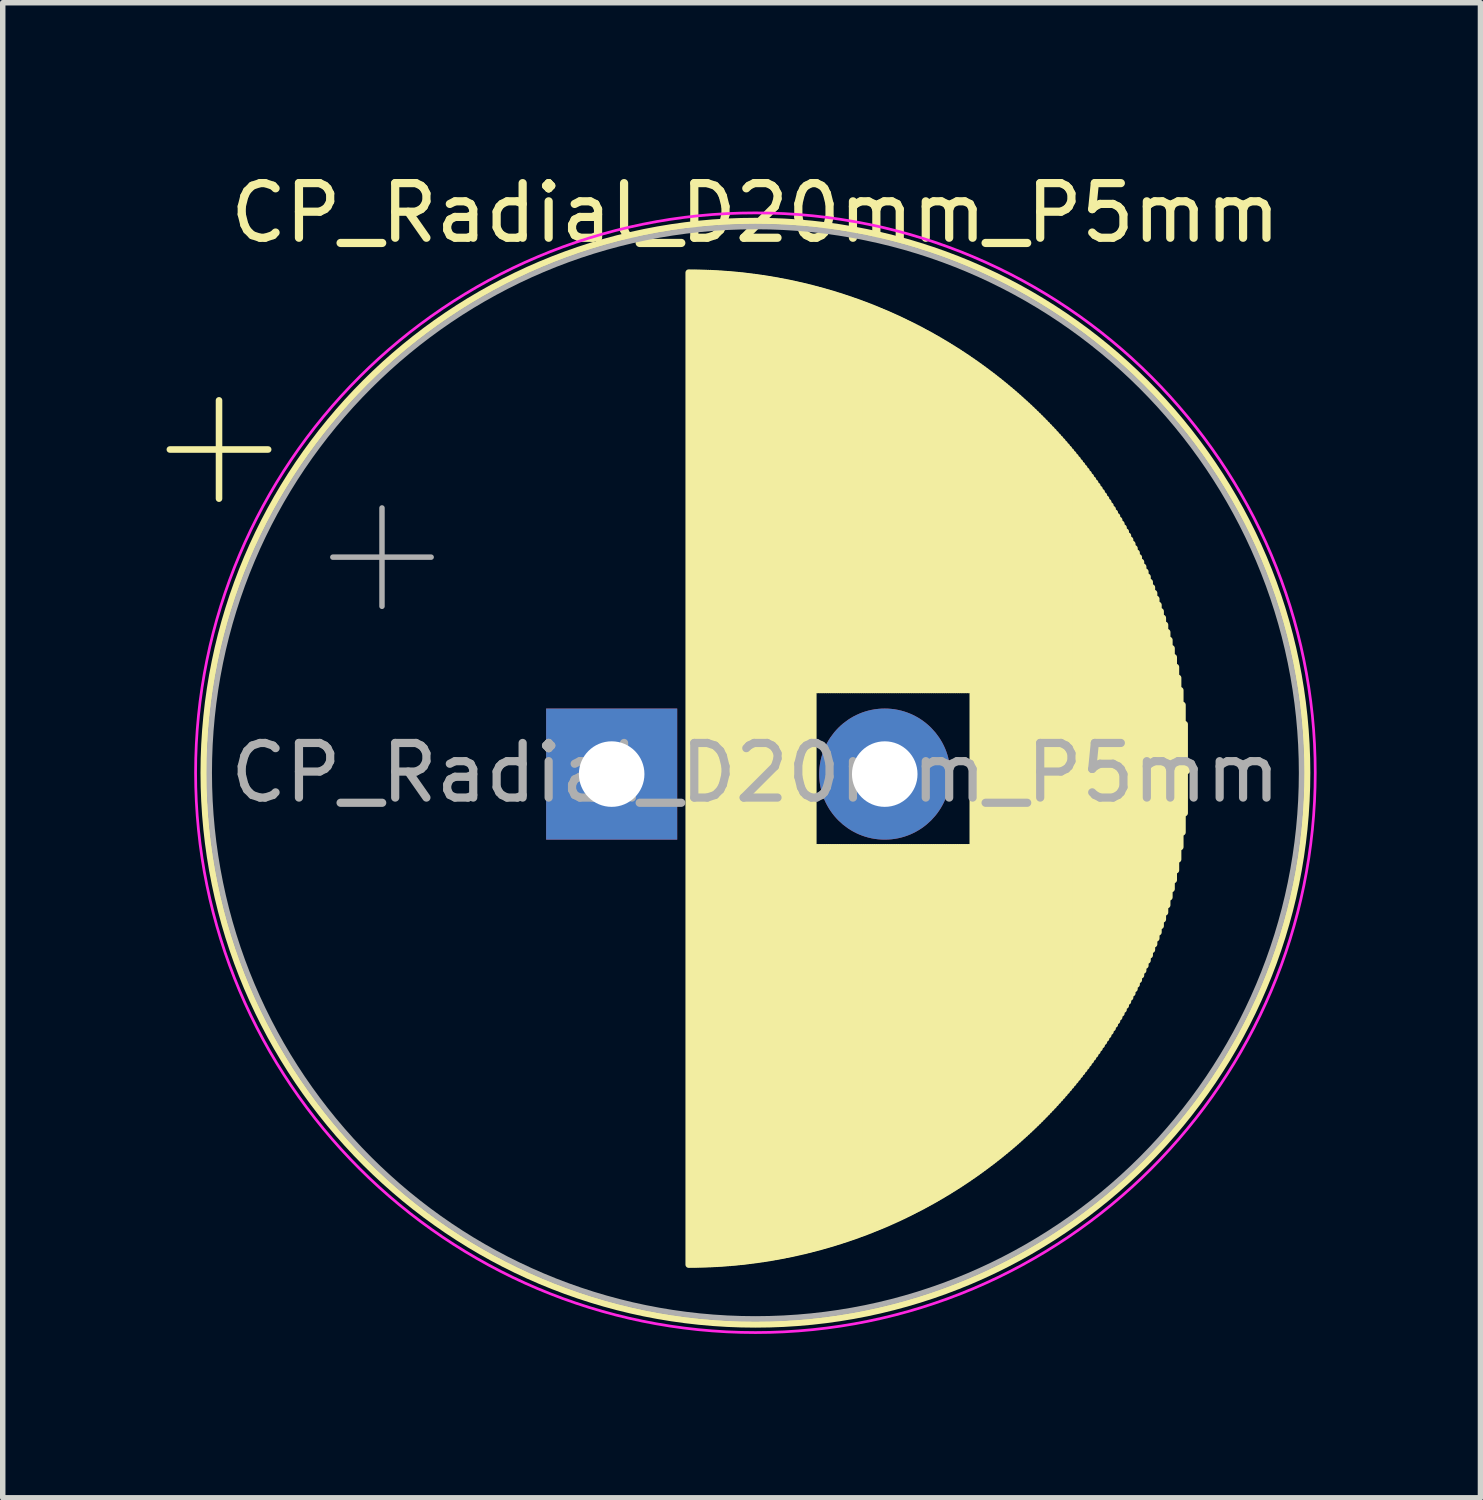
<source format=kicad_pcb>
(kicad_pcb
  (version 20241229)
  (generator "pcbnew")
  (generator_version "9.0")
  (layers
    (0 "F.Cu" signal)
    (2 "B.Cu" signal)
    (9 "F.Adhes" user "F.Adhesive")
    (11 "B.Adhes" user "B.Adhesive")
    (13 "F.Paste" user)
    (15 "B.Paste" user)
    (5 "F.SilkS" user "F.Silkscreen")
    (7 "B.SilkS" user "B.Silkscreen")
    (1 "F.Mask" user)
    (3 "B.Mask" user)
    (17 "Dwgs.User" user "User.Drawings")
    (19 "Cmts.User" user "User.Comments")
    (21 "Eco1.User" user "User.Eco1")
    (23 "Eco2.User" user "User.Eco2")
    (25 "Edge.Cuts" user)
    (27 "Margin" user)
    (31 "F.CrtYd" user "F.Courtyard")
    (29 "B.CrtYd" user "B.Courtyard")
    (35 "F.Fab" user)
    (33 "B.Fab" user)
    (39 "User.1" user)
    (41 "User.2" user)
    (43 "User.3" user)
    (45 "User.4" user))
  (footprint "CP_Radial_D20mm_P5mm"
    (layer "F.Cu")
    (at 7.031 11.098)
    (property "Reference" "CP_Radial_D20mm_P5mm" (at 3.75 -10.25 0) (layer "F.SilkS") (effects (font (size 1 1) (thickness 0.15))))
    (attr through_hole)
    (fp_line (start -6.971 -5.918) (end -5.171 -5.918) (stroke (width 0.12) (type solid)) (layer "F.SilkS"))
    (fp_line (start -6.071 -6.818) (end -6.071 -5.018) (stroke (width 0.12) (type solid)) (layer "F.SilkS"))
    (fp_line (start 2.529 -9.156) (end 2.529 9.006) (stroke (width 0.12) (type solid)) (layer "F.SilkS"))
    (fp_line (start 2.569 -9.155) (end 2.569 9.005) (stroke (width 0.12) (type solid)) (layer "F.SilkS"))
    (fp_line (start 2.609 -9.155) (end 2.609 9.005) (stroke (width 0.12) (type solid)) (layer "F.SilkS"))
    (fp_line (start 2.649 -9.155) (end 2.649 9.005) (stroke (width 0.12) (type solid)) (layer "F.SilkS"))
    (fp_line (start 2.689 -9.154) (end 2.689 9.004) (stroke (width 0.12) (type solid)) (layer "F.SilkS"))
    (fp_line (start 2.729 -9.153) (end 2.729 9.003) (stroke (width 0.12) (type solid)) (layer "F.SilkS"))
    (fp_line (start 2.769 -9.152) (end 2.769 9.002) (stroke (width 0.12) (type solid)) (layer "F.SilkS"))
    (fp_line (start 2.809 -9.151) (end 2.809 9.001) (stroke (width 0.12) (type solid)) (layer "F.SilkS"))
    (fp_line (start 2.849 -9.15) (end 2.849 9) (stroke (width 0.12) (type solid)) (layer "F.SilkS"))
    (fp_line (start 2.889 -9.148) (end 2.889 8.998) (stroke (width 0.12) (type solid)) (layer "F.SilkS"))
    (fp_line (start 2.929 -9.147) (end 2.929 8.997) (stroke (width 0.12) (type solid)) (layer "F.SilkS"))
    (fp_line (start 2.969 -9.145) (end 2.969 8.995) (stroke (width 0.12) (type solid)) (layer "F.SilkS"))
    (fp_line (start 3.009 -9.143) (end 3.009 8.993) (stroke (width 0.12) (type solid)) (layer "F.SilkS"))
    (fp_line (start 3.049 -9.141) (end 3.049 8.991) (stroke (width 0.12) (type solid)) (layer "F.SilkS"))
    (fp_line (start 3.089 -9.138) (end 3.089 8.988) (stroke (width 0.12) (type solid)) (layer "F.SilkS"))
    (fp_line (start 3.129 -9.136) (end 3.129 8.986) (stroke (width 0.12) (type solid)) (layer "F.SilkS"))
    (fp_line (start 3.169 -9.133) (end 3.169 8.983) (stroke (width 0.12) (type solid)) (layer "F.SilkS"))
    (fp_line (start 3.209 -9.13) (end 3.209 8.98) (stroke (width 0.12) (type solid)) (layer "F.SilkS"))
    (fp_line (start 3.25 -9.127) (end 3.25 8.977) (stroke (width 0.12) (type solid)) (layer "F.SilkS"))
    (fp_line (start 3.29 -9.124) (end 3.29 8.974) (stroke (width 0.12) (type solid)) (layer "F.SilkS"))
    (fp_line (start 3.33 -9.12) (end 3.33 8.97) (stroke (width 0.12) (type solid)) (layer "F.SilkS"))
    (fp_line (start 3.37 -9.117) (end 3.37 8.967) (stroke (width 0.12) (type solid)) (layer "F.SilkS"))
    (fp_line (start 3.41 -9.113) (end 3.41 8.963) (stroke (width 0.12) (type solid)) (layer "F.SilkS"))
    (fp_line (start 3.45 -9.109) (end 3.45 8.959) (stroke (width 0.12) (type solid)) (layer "F.SilkS"))
    (fp_line (start 3.49 -9.105) (end 3.49 8.955) (stroke (width 0.12) (type solid)) (layer "F.SilkS"))
    (fp_line (start 3.53 -9.101) (end 3.53 8.951) (stroke (width 0.12) (type solid)) (layer "F.SilkS"))
    (fp_line (start 3.57 -9.096) (end 3.57 8.946) (stroke (width 0.12) (type solid)) (layer "F.SilkS"))
    (fp_line (start 3.61 -9.091) (end 3.61 8.941) (stroke (width 0.12) (type solid)) (layer "F.SilkS"))
    (fp_line (start 3.65 -9.086) (end 3.65 8.936) (stroke (width 0.12) (type solid)) (layer "F.SilkS"))
    (fp_line (start 3.69 -9.081) (end 3.69 8.931) (stroke (width 0.12) (type solid)) (layer "F.SilkS"))
    (fp_line (start 3.73 -9.076) (end 3.73 8.926) (stroke (width 0.12) (type solid)) (layer "F.SilkS"))
    (fp_line (start 3.77 -9.071) (end 3.77 8.921) (stroke (width 0.12) (type solid)) (layer "F.SilkS"))
    (fp_line (start 3.81 -9.065) (end 3.81 8.915) (stroke (width 0.12) (type solid)) (layer "F.SilkS"))
    (fp_line (start 3.85 -9.059) (end 3.85 8.909) (stroke (width 0.12) (type solid)) (layer "F.SilkS"))
    (fp_line (start 3.89 -9.054) (end 3.89 8.904) (stroke (width 0.12) (type solid)) (layer "F.SilkS"))
    (fp_line (start 3.93 -9.047) (end 3.93 8.897) (stroke (width 0.12) (type solid)) (layer "F.SilkS"))
    (fp_line (start 3.97 -9.041) (end 3.97 8.891) (stroke (width 0.12) (type solid)) (layer "F.SilkS"))
    (fp_line (start 4.01 -9.035) (end 4.01 8.885) (stroke (width 0.12) (type solid)) (layer "F.SilkS"))
    (fp_line (start 4.05 -9.028) (end 4.05 8.878) (stroke (width 0.12) (type solid)) (layer "F.SilkS"))
    (fp_line (start 4.09 -9.021) (end 4.09 8.871) (stroke (width 0.12) (type solid)) (layer "F.SilkS"))
    (fp_line (start 4.13 -9.014) (end 4.13 8.864) (stroke (width 0.12) (type solid)) (layer "F.SilkS"))
    (fp_line (start 4.17 -9.007) (end 4.17 8.857) (stroke (width 0.12) (type solid)) (layer "F.SilkS"))
    (fp_line (start 4.21 -8.999) (end 4.21 8.849) (stroke (width 0.12) (type solid)) (layer "F.SilkS"))
    (fp_line (start 4.25 -8.992) (end 4.25 8.842) (stroke (width 0.12) (type solid)) (layer "F.SilkS"))
    (fp_line (start 4.29 -8.984) (end 4.29 8.834) (stroke (width 0.12) (type solid)) (layer "F.SilkS"))
    (fp_line (start 4.33 -8.976) (end 4.33 8.826) (stroke (width 0.12) (type solid)) (layer "F.SilkS"))
    (fp_line (start 4.37 -8.968) (end 4.37 8.818) (stroke (width 0.12) (type solid)) (layer "F.SilkS"))
    (fp_line (start 4.41 -8.96) (end 4.41 8.81) (stroke (width 0.12) (type solid)) (layer "F.SilkS"))
    (fp_line (start 4.45 -8.951) (end 4.45 8.801) (stroke (width 0.12) (type solid)) (layer "F.SilkS"))
    (fp_line (start 4.49 -8.942) (end 4.49 8.792) (stroke (width 0.12) (type solid)) (layer "F.SilkS"))
    (fp_line (start 4.53 -8.933) (end 4.53 8.783) (stroke (width 0.12) (type solid)) (layer "F.SilkS"))
    (fp_line (start 4.57 -8.924) (end 4.57 8.774) (stroke (width 0.12) (type solid)) (layer "F.SilkS"))
    (fp_line (start 4.61 -8.915) (end 4.61 8.765) (stroke (width 0.12) (type solid)) (layer "F.SilkS"))
    (fp_line (start 4.65 -8.906) (end 4.65 8.756) (stroke (width 0.12) (type solid)) (layer "F.SilkS"))
    (fp_line (start 4.69 -8.896) (end 4.69 8.746) (stroke (width 0.12) (type solid)) (layer "F.SilkS"))
    (fp_line (start 4.73 -8.886) (end 4.73 8.736) (stroke (width 0.12) (type solid)) (layer "F.SilkS"))
    (fp_line (start 4.77 -8.876) (end 4.77 8.726) (stroke (width 0.12) (type solid)) (layer "F.SilkS"))
    (fp_line (start 4.81 -8.866) (end 4.81 8.716) (stroke (width 0.12) (type solid)) (layer "F.SilkS"))
    (fp_line (start 4.85 -8.855) (end 4.85 -1.515) (stroke (width 0.12) (type solid)) (layer "F.SilkS"))
    (fp_line (start 4.85 1.365) (end 4.85 8.705) (stroke (width 0.12) (type solid)) (layer "F.SilkS"))
    (fp_line (start 4.89 -8.845) (end 4.89 -1.515) (stroke (width 0.12) (type solid)) (layer "F.SilkS"))
    (fp_line (start 4.89 1.365) (end 4.89 8.695) (stroke (width 0.12) (type solid)) (layer "F.SilkS"))
    (fp_line (start 4.93 -8.834) (end 4.93 -1.515) (stroke (width 0.12) (type solid)) (layer "F.SilkS"))
    (fp_line (start 4.93 1.365) (end 4.93 8.684) (stroke (width 0.12) (type solid)) (layer "F.SilkS"))
    (fp_line (start 4.97 -8.823) (end 4.97 -1.515) (stroke (width 0.12) (type solid)) (layer "F.SilkS"))
    (fp_line (start 4.97 1.365) (end 4.97 8.673) (stroke (width 0.12) (type solid)) (layer "F.SilkS"))
    (fp_line (start 5.01 -8.812) (end 5.01 -1.515) (stroke (width 0.12) (type solid)) (layer "F.SilkS"))
    (fp_line (start 5.01 1.365) (end 5.01 8.662) (stroke (width 0.12) (type solid)) (layer "F.SilkS"))
    (fp_line (start 5.05 -8.8) (end 5.05 -1.515) (stroke (width 0.12) (type solid)) (layer "F.SilkS"))
    (fp_line (start 5.05 1.365) (end 5.05 8.65) (stroke (width 0.12) (type solid)) (layer "F.SilkS"))
    (fp_line (start 5.09 -8.789) (end 5.09 -1.515) (stroke (width 0.12) (type solid)) (layer "F.SilkS"))
    (fp_line (start 5.09 1.365) (end 5.09 8.639) (stroke (width 0.12) (type solid)) (layer "F.SilkS"))
    (fp_line (start 5.13 -8.777) (end 5.13 -1.515) (stroke (width 0.12) (type solid)) (layer "F.SilkS"))
    (fp_line (start 5.13 1.365) (end 5.13 8.627) (stroke (width 0.12) (type solid)) (layer "F.SilkS"))
    (fp_line (start 5.17 -8.765) (end 5.17 -1.515) (stroke (width 0.12) (type solid)) (layer "F.SilkS"))
    (fp_line (start 5.17 1.365) (end 5.17 8.615) (stroke (width 0.12) (type solid)) (layer "F.SilkS"))
    (fp_line (start 5.21 -8.753) (end 5.21 -1.515) (stroke (width 0.12) (type solid)) (layer "F.SilkS"))
    (fp_line (start 5.21 1.365) (end 5.21 8.603) (stroke (width 0.12) (type solid)) (layer "F.SilkS"))
    (fp_line (start 5.25 -8.74) (end 5.25 -1.515) (stroke (width 0.12) (type solid)) (layer "F.SilkS"))
    (fp_line (start 5.25 1.365) (end 5.25 8.59) (stroke (width 0.12) (type solid)) (layer "F.SilkS"))
    (fp_line (start 5.29 -8.728) (end 5.29 -1.515) (stroke (width 0.12) (type solid)) (layer "F.SilkS"))
    (fp_line (start 5.29 1.365) (end 5.29 8.578) (stroke (width 0.12) (type solid)) (layer "F.SilkS"))
    (fp_line (start 5.33 -8.715) (end 5.33 -1.515) (stroke (width 0.12) (type solid)) (layer "F.SilkS"))
    (fp_line (start 5.33 1.365) (end 5.33 8.565) (stroke (width 0.12) (type solid)) (layer "F.SilkS"))
    (fp_line (start 5.37 -8.702) (end 5.37 -1.515) (stroke (width 0.12) (type solid)) (layer "F.SilkS"))
    (fp_line (start 5.37 1.365) (end 5.37 8.552) (stroke (width 0.12) (type solid)) (layer "F.SilkS"))
    (fp_line (start 5.41 -8.689) (end 5.41 -1.515) (stroke (width 0.12) (type solid)) (layer "F.SilkS"))
    (fp_line (start 5.41 1.365) (end 5.41 8.539) (stroke (width 0.12) (type solid)) (layer "F.SilkS"))
    (fp_line (start 5.45 -8.675) (end 5.45 -1.515) (stroke (width 0.12) (type solid)) (layer "F.SilkS"))
    (fp_line (start 5.45 1.365) (end 5.45 8.525) (stroke (width 0.12) (type solid)) (layer "F.SilkS"))
    (fp_line (start 5.49 -8.662) (end 5.49 -1.515) (stroke (width 0.12) (type solid)) (layer "F.SilkS"))
    (fp_line (start 5.49 1.365) (end 5.49 8.512) (stroke (width 0.12) (type solid)) (layer "F.SilkS"))
    (fp_line (start 5.53 -8.648) (end 5.53 -1.515) (stroke (width 0.12) (type solid)) (layer "F.SilkS"))
    (fp_line (start 5.53 1.365) (end 5.53 8.498) (stroke (width 0.12) (type solid)) (layer "F.SilkS"))
    (fp_line (start 5.57 -8.634) (end 5.57 -1.515) (stroke (width 0.12) (type solid)) (layer "F.SilkS"))
    (fp_line (start 5.57 1.365) (end 5.57 8.484) (stroke (width 0.12) (type solid)) (layer "F.SilkS"))
    (fp_line (start 5.61 -8.62) (end 5.61 -1.515) (stroke (width 0.12) (type solid)) (layer "F.SilkS"))
    (fp_line (start 5.61 1.365) (end 5.61 8.47) (stroke (width 0.12) (type solid)) (layer "F.SilkS"))
    (fp_line (start 5.65 -8.605) (end 5.65 -1.515) (stroke (width 0.12) (type solid)) (layer "F.SilkS"))
    (fp_line (start 5.65 1.365) (end 5.65 8.455) (stroke (width 0.12) (type solid)) (layer "F.SilkS"))
    (fp_line (start 5.69 -8.591) (end 5.69 -1.515) (stroke (width 0.12) (type solid)) (layer "F.SilkS"))
    (fp_line (start 5.69 1.365) (end 5.69 8.441) (stroke (width 0.12) (type solid)) (layer "F.SilkS"))
    (fp_line (start 5.73 -8.576) (end 5.73 -1.515) (stroke (width 0.12) (type solid)) (layer "F.SilkS"))
    (fp_line (start 5.73 1.365) (end 5.73 8.426) (stroke (width 0.12) (type solid)) (layer "F.SilkS"))
    (fp_line (start 5.77 -8.561) (end 5.77 -1.515) (stroke (width 0.12) (type solid)) (layer "F.SilkS"))
    (fp_line (start 5.77 1.365) (end 5.77 8.411) (stroke (width 0.12) (type solid)) (layer "F.SilkS"))
    (fp_line (start 5.81 -8.545) (end 5.81 -1.515) (stroke (width 0.12) (type solid)) (layer "F.SilkS"))
    (fp_line (start 5.81 1.365) (end 5.81 8.395) (stroke (width 0.12) (type solid)) (layer "F.SilkS"))
    (fp_line (start 5.85 -8.53) (end 5.85 -1.515) (stroke (width 0.12) (type solid)) (layer "F.SilkS"))
    (fp_line (start 5.85 1.365) (end 5.85 8.38) (stroke (width 0.12) (type solid)) (layer "F.SilkS"))
    (fp_line (start 5.89 -8.514) (end 5.89 -1.515) (stroke (width 0.12) (type solid)) (layer "F.SilkS"))
    (fp_line (start 5.89 1.365) (end 5.89 8.364) (stroke (width 0.12) (type solid)) (layer "F.SilkS"))
    (fp_line (start 5.93 -8.498) (end 5.93 -1.515) (stroke (width 0.12) (type solid)) (layer "F.SilkS"))
    (fp_line (start 5.93 1.365) (end 5.93 8.348) (stroke (width 0.12) (type solid)) (layer "F.SilkS"))
    (fp_line (start 5.97 -8.482) (end 5.97 -1.515) (stroke (width 0.12) (type solid)) (layer "F.SilkS"))
    (fp_line (start 5.97 1.365) (end 5.97 8.332) (stroke (width 0.12) (type solid)) (layer "F.SilkS"))
    (fp_line (start 6.01 -8.465) (end 6.01 -1.515) (stroke (width 0.12) (type solid)) (layer "F.SilkS"))
    (fp_line (start 6.01 1.365) (end 6.01 8.315) (stroke (width 0.12) (type solid)) (layer "F.SilkS"))
    (fp_line (start 6.05 -8.449) (end 6.05 -1.515) (stroke (width 0.12) (type solid)) (layer "F.SilkS"))
    (fp_line (start 6.05 1.365) (end 6.05 8.299) (stroke (width 0.12) (type solid)) (layer "F.SilkS"))
    (fp_line (start 6.09 -8.432) (end 6.09 -1.515) (stroke (width 0.12) (type solid)) (layer "F.SilkS"))
    (fp_line (start 6.09 1.365) (end 6.09 8.282) (stroke (width 0.12) (type solid)) (layer "F.SilkS"))
    (fp_line (start 6.13 -8.415) (end 6.13 -1.515) (stroke (width 0.12) (type solid)) (layer "F.SilkS"))
    (fp_line (start 6.13 1.365) (end 6.13 8.265) (stroke (width 0.12) (type solid)) (layer "F.SilkS"))
    (fp_line (start 6.17 -8.398) (end 6.17 -1.515) (stroke (width 0.12) (type solid)) (layer "F.SilkS"))
    (fp_line (start 6.17 1.365) (end 6.17 8.248) (stroke (width 0.12) (type solid)) (layer "F.SilkS"))
    (fp_line (start 6.21 -8.38) (end 6.21 -1.515) (stroke (width 0.12) (type solid)) (layer "F.SilkS"))
    (fp_line (start 6.21 1.365) (end 6.21 8.23) (stroke (width 0.12) (type solid)) (layer "F.SilkS"))
    (fp_line (start 6.25 -8.362) (end 6.25 -1.515) (stroke (width 0.12) (type solid)) (layer "F.SilkS"))
    (fp_line (start 6.25 1.365) (end 6.25 8.212) (stroke (width 0.12) (type solid)) (layer "F.SilkS"))
    (fp_line (start 6.29 -8.344) (end 6.29 -1.515) (stroke (width 0.12) (type solid)) (layer "F.SilkS"))
    (fp_line (start 6.29 1.365) (end 6.29 8.194) (stroke (width 0.12) (type solid)) (layer "F.SilkS"))
    (fp_line (start 6.33 -8.326) (end 6.33 -1.515) (stroke (width 0.12) (type solid)) (layer "F.SilkS"))
    (fp_line (start 6.33 1.365) (end 6.33 8.176) (stroke (width 0.12) (type solid)) (layer "F.SilkS"))
    (fp_line (start 6.37 -8.308) (end 6.37 -1.515) (stroke (width 0.12) (type solid)) (layer "F.SilkS"))
    (fp_line (start 6.37 1.365) (end 6.37 8.158) (stroke (width 0.12) (type solid)) (layer "F.SilkS"))
    (fp_line (start 6.41 -8.289) (end 6.41 -1.515) (stroke (width 0.12) (type solid)) (layer "F.SilkS"))
    (fp_line (start 6.41 1.365) (end 6.41 8.139) (stroke (width 0.12) (type solid)) (layer "F.SilkS"))
    (fp_line (start 6.45 -8.27) (end 6.45 -1.515) (stroke (width 0.12) (type solid)) (layer "F.SilkS"))
    (fp_line (start 6.45 1.365) (end 6.45 8.12) (stroke (width 0.12) (type solid)) (layer "F.SilkS"))
    (fp_line (start 6.49 -8.251) (end 6.49 -1.515) (stroke (width 0.12) (type solid)) (layer "F.SilkS"))
    (fp_line (start 6.49 1.365) (end 6.49 8.101) (stroke (width 0.12) (type solid)) (layer "F.SilkS"))
    (fp_line (start 6.53 -8.231) (end 6.53 -1.515) (stroke (width 0.12) (type solid)) (layer "F.SilkS"))
    (fp_line (start 6.53 1.365) (end 6.53 8.081) (stroke (width 0.12) (type solid)) (layer "F.SilkS"))
    (fp_line (start 6.57 -8.212) (end 6.57 -1.515) (stroke (width 0.12) (type solid)) (layer "F.SilkS"))
    (fp_line (start 6.57 1.365) (end 6.57 8.062) (stroke (width 0.12) (type solid)) (layer "F.SilkS"))
    (fp_line (start 6.61 -8.192) (end 6.61 -1.515) (stroke (width 0.12) (type solid)) (layer "F.SilkS"))
    (fp_line (start 6.61 1.365) (end 6.61 8.042) (stroke (width 0.12) (type solid)) (layer "F.SilkS"))
    (fp_line (start 6.65 -8.172) (end 6.65 -1.515) (stroke (width 0.12) (type solid)) (layer "F.SilkS"))
    (fp_line (start 6.65 1.365) (end 6.65 8.022) (stroke (width 0.12) (type solid)) (layer "F.SilkS"))
    (fp_line (start 6.69 -8.151) (end 6.69 -1.515) (stroke (width 0.12) (type solid)) (layer "F.SilkS"))
    (fp_line (start 6.69 1.365) (end 6.69 8.001) (stroke (width 0.12) (type solid)) (layer "F.SilkS"))
    (fp_line (start 6.73 -8.131) (end 6.73 -1.515) (stroke (width 0.12) (type solid)) (layer "F.SilkS"))
    (fp_line (start 6.73 1.365) (end 6.73 7.981) (stroke (width 0.12) (type solid)) (layer "F.SilkS"))
    (fp_line (start 6.77 -8.11) (end 6.77 -1.515) (stroke (width 0.12) (type solid)) (layer "F.SilkS"))
    (fp_line (start 6.77 1.365) (end 6.77 7.96) (stroke (width 0.12) (type solid)) (layer "F.SilkS"))
    (fp_line (start 6.81 -8.089) (end 6.81 -1.515) (stroke (width 0.12) (type solid)) (layer "F.SilkS"))
    (fp_line (start 6.81 1.365) (end 6.81 7.939) (stroke (width 0.12) (type solid)) (layer "F.SilkS"))
    (fp_line (start 6.85 -8.067) (end 6.85 -1.515) (stroke (width 0.12) (type solid)) (layer "F.SilkS"))
    (fp_line (start 6.85 1.365) (end 6.85 7.917) (stroke (width 0.12) (type solid)) (layer "F.SilkS"))
    (fp_line (start 6.89 -8.046) (end 6.89 -1.515) (stroke (width 0.12) (type solid)) (layer "F.SilkS"))
    (fp_line (start 6.89 1.365) (end 6.89 7.896) (stroke (width 0.12) (type solid)) (layer "F.SilkS"))
    (fp_line (start 6.93 -8.024) (end 6.93 -1.515) (stroke (width 0.12) (type solid)) (layer "F.SilkS"))
    (fp_line (start 6.93 1.365) (end 6.93 7.874) (stroke (width 0.12) (type solid)) (layer "F.SilkS"))
    (fp_line (start 6.97 -8.002) (end 6.97 -1.515) (stroke (width 0.12) (type solid)) (layer "F.SilkS"))
    (fp_line (start 6.97 1.365) (end 6.97 7.852) (stroke (width 0.12) (type solid)) (layer "F.SilkS"))
    (fp_line (start 7.01 -7.979) (end 7.01 -1.515) (stroke (width 0.12) (type solid)) (layer "F.SilkS"))
    (fp_line (start 7.01 1.365) (end 7.01 7.829) (stroke (width 0.12) (type solid)) (layer "F.SilkS"))
    (fp_line (start 7.05 -7.957) (end 7.05 -1.515) (stroke (width 0.12) (type solid)) (layer "F.SilkS"))
    (fp_line (start 7.05 1.365) (end 7.05 7.807) (stroke (width 0.12) (type solid)) (layer "F.SilkS"))
    (fp_line (start 7.09 -7.934) (end 7.09 -1.515) (stroke (width 0.12) (type solid)) (layer "F.SilkS"))
    (fp_line (start 7.09 1.365) (end 7.09 7.784) (stroke (width 0.12) (type solid)) (layer "F.SilkS"))
    (fp_line (start 7.13 -7.91) (end 7.13 -1.515) (stroke (width 0.12) (type solid)) (layer "F.SilkS"))
    (fp_line (start 7.13 1.365) (end 7.13 7.76) (stroke (width 0.12) (type solid)) (layer "F.SilkS"))
    (fp_line (start 7.17 -7.887) (end 7.17 -1.515) (stroke (width 0.12) (type solid)) (layer "F.SilkS"))
    (fp_line (start 7.17 1.365) (end 7.17 7.737) (stroke (width 0.12) (type solid)) (layer "F.SilkS"))
    (fp_line (start 7.21 -7.863) (end 7.21 -1.515) (stroke (width 0.12) (type solid)) (layer "F.SilkS"))
    (fp_line (start 7.21 1.365) (end 7.21 7.713) (stroke (width 0.12) (type solid)) (layer "F.SilkS"))
    (fp_line (start 7.25 -7.839) (end 7.25 -1.515) (stroke (width 0.12) (type solid)) (layer "F.SilkS"))
    (fp_line (start 7.25 1.365) (end 7.25 7.689) (stroke (width 0.12) (type solid)) (layer "F.SilkS"))
    (fp_line (start 7.29 -7.815) (end 7.29 -1.515) (stroke (width 0.12) (type solid)) (layer "F.SilkS"))
    (fp_line (start 7.29 1.365) (end 7.29 7.665) (stroke (width 0.12) (type solid)) (layer "F.SilkS"))
    (fp_line (start 7.33 -7.79) (end 7.33 -1.515) (stroke (width 0.12) (type solid)) (layer "F.SilkS"))
    (fp_line (start 7.33 1.365) (end 7.33 7.64) (stroke (width 0.12) (type solid)) (layer "F.SilkS"))
    (fp_line (start 7.37 -7.765) (end 7.37 -1.515) (stroke (width 0.12) (type solid)) (layer "F.SilkS"))
    (fp_line (start 7.37 1.365) (end 7.37 7.615) (stroke (width 0.12) (type solid)) (layer "F.SilkS"))
    (fp_line (start 7.41 -7.74) (end 7.41 -1.515) (stroke (width 0.12) (type solid)) (layer "F.SilkS"))
    (fp_line (start 7.41 1.365) (end 7.41 7.59) (stroke (width 0.12) (type solid)) (layer "F.SilkS"))
    (fp_line (start 7.45 -7.715) (end 7.45 -1.515) (stroke (width 0.12) (type solid)) (layer "F.SilkS"))
    (fp_line (start 7.45 1.365) (end 7.45 7.565) (stroke (width 0.12) (type solid)) (layer "F.SilkS"))
    (fp_line (start 7.49 -7.689) (end 7.49 -1.515) (stroke (width 0.12) (type solid)) (layer "F.SilkS"))
    (fp_line (start 7.49 1.365) (end 7.49 7.539) (stroke (width 0.12) (type solid)) (layer "F.SilkS"))
    (fp_line (start 7.53 -7.663) (end 7.53 -1.515) (stroke (width 0.12) (type solid)) (layer "F.SilkS"))
    (fp_line (start 7.53 1.365) (end 7.53 7.513) (stroke (width 0.12) (type solid)) (layer "F.SilkS"))
    (fp_line (start 7.57 -7.636) (end 7.57 -1.515) (stroke (width 0.12) (type solid)) (layer "F.SilkS"))
    (fp_line (start 7.57 1.365) (end 7.57 7.486) (stroke (width 0.12) (type solid)) (layer "F.SilkS"))
    (fp_line (start 7.61 -7.61) (end 7.61 -1.515) (stroke (width 0.12) (type solid)) (layer "F.SilkS"))
    (fp_line (start 7.61 1.365) (end 7.61 7.46) (stroke (width 0.12) (type solid)) (layer "F.SilkS"))
    (fp_line (start 7.65 -7.583) (end 7.65 -1.515) (stroke (width 0.12) (type solid)) (layer "F.SilkS"))
    (fp_line (start 7.65 1.365) (end 7.65 7.433) (stroke (width 0.12) (type solid)) (layer "F.SilkS"))
    (fp_line (start 7.69 -7.555) (end 7.69 -1.515) (stroke (width 0.12) (type solid)) (layer "F.SilkS"))
    (fp_line (start 7.69 1.365) (end 7.69 7.405) (stroke (width 0.12) (type solid)) (layer "F.SilkS"))
    (fp_line (start 7.73 -7.528) (end 7.73 7.378) (stroke (width 0.12) (type solid)) (layer "F.SilkS"))
    (fp_line (start 7.77 -7.5) (end 7.77 7.35) (stroke (width 0.12) (type solid)) (layer "F.SilkS"))
    (fp_line (start 7.81 -7.472) (end 7.81 7.322) (stroke (width 0.12) (type solid)) (layer "F.SilkS"))
    (fp_line (start 7.85 -7.443) (end 7.85 7.293) (stroke (width 0.12) (type solid)) (layer "F.SilkS"))
    (fp_line (start 7.89 -7.414) (end 7.89 7.264) (stroke (width 0.12) (type solid)) (layer "F.SilkS"))
    (fp_line (start 7.93 -7.385) (end 7.93 7.235) (stroke (width 0.12) (type solid)) (layer "F.SilkS"))
    (fp_line (start 7.97 -7.355) (end 7.97 7.205) (stroke (width 0.12) (type solid)) (layer "F.SilkS"))
    (fp_line (start 8.01 -7.325) (end 8.01 7.175) (stroke (width 0.12) (type solid)) (layer "F.SilkS"))
    (fp_line (start 8.05 -7.295) (end 8.05 7.145) (stroke (width 0.12) (type solid)) (layer "F.SilkS"))
    (fp_line (start 8.09 -7.265) (end 8.09 7.115) (stroke (width 0.12) (type solid)) (layer "F.SilkS"))
    (fp_line (start 8.13 -7.234) (end 8.13 7.084) (stroke (width 0.12) (type solid)) (layer "F.SilkS"))
    (fp_line (start 8.17 -7.202) (end 8.17 7.052) (stroke (width 0.12) (type solid)) (layer "F.SilkS"))
    (fp_line (start 8.21 -7.171) (end 8.21 7.021) (stroke (width 0.12) (type solid)) (layer "F.SilkS"))
    (fp_line (start 8.25 -7.139) (end 8.25 6.989) (stroke (width 0.12) (type solid)) (layer "F.SilkS"))
    (fp_line (start 8.29 -7.106) (end 8.29 6.956) (stroke (width 0.12) (type solid)) (layer "F.SilkS"))
    (fp_line (start 8.33 -7.074) (end 8.33 6.924) (stroke (width 0.12) (type solid)) (layer "F.SilkS"))
    (fp_line (start 8.37 -7.04) (end 8.37 6.89) (stroke (width 0.12) (type solid)) (layer "F.SilkS"))
    (fp_line (start 8.41 -7.007) (end 8.41 6.857) (stroke (width 0.12) (type solid)) (layer "F.SilkS"))
    (fp_line (start 8.45 -6.973) (end 8.45 6.823) (stroke (width 0.12) (type solid)) (layer "F.SilkS"))
    (fp_line (start 8.49 -6.939) (end 8.49 6.789) (stroke (width 0.12) (type solid)) (layer "F.SilkS"))
    (fp_line (start 8.53 -6.904) (end 8.53 6.754) (stroke (width 0.12) (type solid)) (layer "F.SilkS"))
    (fp_line (start 8.57 -6.869) (end 8.57 6.719) (stroke (width 0.12) (type solid)) (layer "F.SilkS"))
    (fp_line (start 8.61 -6.833) (end 8.61 6.683) (stroke (width 0.12) (type solid)) (layer "F.SilkS"))
    (fp_line (start 8.65 -6.797) (end 8.65 6.647) (stroke (width 0.12) (type solid)) (layer "F.SilkS"))
    (fp_line (start 8.69 -6.761) (end 8.69 6.611) (stroke (width 0.12) (type solid)) (layer "F.SilkS"))
    (fp_line (start 8.73 -6.724) (end 8.73 6.574) (stroke (width 0.12) (type solid)) (layer "F.SilkS"))
    (fp_line (start 8.77 -6.687) (end 8.77 6.537) (stroke (width 0.12) (type solid)) (layer "F.SilkS"))
    (fp_line (start 8.81 -6.649) (end 8.81 6.499) (stroke (width 0.12) (type solid)) (layer "F.SilkS"))
    (fp_line (start 8.85 -6.611) (end 8.85 6.461) (stroke (width 0.12) (type solid)) (layer "F.SilkS"))
    (fp_line (start 8.89 -6.572) (end 8.89 6.422) (stroke (width 0.12) (type solid)) (layer "F.SilkS"))
    (fp_line (start 8.93 -6.533) (end 8.93 6.383) (stroke (width 0.12) (type solid)) (layer "F.SilkS"))
    (fp_line (start 8.97 -6.493) (end 8.97 6.343) (stroke (width 0.12) (type solid)) (layer "F.SilkS"))
    (fp_line (start 9.01 -6.453) (end 9.01 6.303) (stroke (width 0.12) (type solid)) (layer "F.SilkS"))
    (fp_line (start 9.05 -6.412) (end 9.05 6.262) (stroke (width 0.12) (type solid)) (layer "F.SilkS"))
    (fp_line (start 9.09 -6.371) (end 9.09 6.221) (stroke (width 0.12) (type solid)) (layer "F.SilkS"))
    (fp_line (start 9.13 -6.329) (end 9.13 6.179) (stroke (width 0.12) (type solid)) (layer "F.SilkS"))
    (fp_line (start 9.17 -6.287) (end 9.17 6.137) (stroke (width 0.12) (type solid)) (layer "F.SilkS"))
    (fp_line (start 9.21 -6.245) (end 9.21 6.095) (stroke (width 0.12) (type solid)) (layer "F.SilkS"))
    (fp_line (start 9.25 -6.201) (end 9.25 6.051) (stroke (width 0.12) (type solid)) (layer "F.SilkS"))
    (fp_line (start 9.29 -6.157) (end 9.29 6.007) (stroke (width 0.12) (type solid)) (layer "F.SilkS"))
    (fp_line (start 9.33 -6.113) (end 9.33 5.963) (stroke (width 0.12) (type solid)) (layer "F.SilkS"))
    (fp_line (start 9.37 -6.068) (end 9.37 5.918) (stroke (width 0.12) (type solid)) (layer "F.SilkS"))
    (fp_line (start 9.41 -6.022) (end 9.41 5.872) (stroke (width 0.12) (type solid)) (layer "F.SilkS"))
    (fp_line (start 9.45 -5.976) (end 9.45 5.826) (stroke (width 0.12) (type solid)) (layer "F.SilkS"))
    (fp_line (start 9.49 -5.929) (end 9.49 5.779) (stroke (width 0.12) (type solid)) (layer "F.SilkS"))
    (fp_line (start 9.53 -5.881) (end 9.53 5.731) (stroke (width 0.12) (type solid)) (layer "F.SilkS"))
    (fp_line (start 9.57 -5.833) (end 9.57 5.683) (stroke (width 0.12) (type solid)) (layer "F.SilkS"))
    (fp_line (start 9.61 -5.784) (end 9.61 5.634) (stroke (width 0.12) (type solid)) (layer "F.SilkS"))
    (fp_line (start 9.65 -5.735) (end 9.65 5.585) (stroke (width 0.12) (type solid)) (layer "F.SilkS"))
    (fp_line (start 9.69 -5.684) (end 9.69 5.534) (stroke (width 0.12) (type solid)) (layer "F.SilkS"))
    (fp_line (start 9.73 -5.633) (end 9.73 5.483) (stroke (width 0.12) (type solid)) (layer "F.SilkS"))
    (fp_line (start 9.77 -5.581) (end 9.77 5.431) (stroke (width 0.12) (type solid)) (layer "F.SilkS"))
    (fp_line (start 9.81 -5.529) (end 9.81 5.379) (stroke (width 0.12) (type solid)) (layer "F.SilkS"))
    (fp_line (start 9.85 -5.475) (end 9.85 5.325) (stroke (width 0.12) (type solid)) (layer "F.SilkS"))
    (fp_line (start 9.89 -5.421) (end 9.89 5.271) (stroke (width 0.12) (type solid)) (layer "F.SilkS"))
    (fp_line (start 9.93 -5.366) (end 9.93 5.216) (stroke (width 0.12) (type solid)) (layer "F.SilkS"))
    (fp_line (start 9.97 -5.31) (end 9.97 5.16) (stroke (width 0.12) (type solid)) (layer "F.SilkS"))
    (fp_line (start 10.01 -5.253) (end 10.01 5.103) (stroke (width 0.12) (type solid)) (layer "F.SilkS"))
    (fp_line (start 10.05 -5.195) (end 10.05 5.045) (stroke (width 0.12) (type solid)) (layer "F.SilkS"))
    (fp_line (start 10.09 -5.137) (end 10.09 4.987) (stroke (width 0.12) (type solid)) (layer "F.SilkS"))
    (fp_line (start 10.13 -5.077) (end 10.13 4.927) (stroke (width 0.12) (type solid)) (layer "F.SilkS"))
    (fp_line (start 10.17 -5.016) (end 10.17 4.866) (stroke (width 0.12) (type solid)) (layer "F.SilkS"))
    (fp_line (start 10.21 -4.954) (end 10.21 4.804) (stroke (width 0.12) (type solid)) (layer "F.SilkS"))
    (fp_line (start 10.25 -4.891) (end 10.25 4.741) (stroke (width 0.12) (type solid)) (layer "F.SilkS"))
    (fp_line (start 10.29 -4.827) (end 10.29 4.677) (stroke (width 0.12) (type solid)) (layer "F.SilkS"))
    (fp_line (start 10.33 -4.761) (end 10.33 4.611) (stroke (width 0.12) (type solid)) (layer "F.SilkS"))
    (fp_line (start 10.37 -4.695) (end 10.37 4.545) (stroke (width 0.12) (type solid)) (layer "F.SilkS"))
    (fp_line (start 10.41 -4.627) (end 10.41 4.477) (stroke (width 0.12) (type solid)) (layer "F.SilkS"))
    (fp_line (start 10.45 -4.557) (end 10.45 4.407) (stroke (width 0.12) (type solid)) (layer "F.SilkS"))
    (fp_line (start 10.49 -4.487) (end 10.49 4.337) (stroke (width 0.12) (type solid)) (layer "F.SilkS"))
    (fp_line (start 10.53 -4.414) (end 10.53 4.264) (stroke (width 0.12) (type solid)) (layer "F.SilkS"))
    (fp_line (start 10.57 -4.34) (end 10.57 4.19) (stroke (width 0.12) (type solid)) (layer "F.SilkS"))
    (fp_line (start 10.61 -4.265) (end 10.61 4.115) (stroke (width 0.12) (type solid)) (layer "F.SilkS"))
    (fp_line (start 10.65 -4.188) (end 10.65 4.038) (stroke (width 0.12) (type solid)) (layer "F.SilkS"))
    (fp_line (start 10.69 -4.108) (end 10.69 3.958) (stroke (width 0.12) (type solid)) (layer "F.SilkS"))
    (fp_line (start 10.729 -4.027) (end 10.729 3.877) (stroke (width 0.12) (type solid)) (layer "F.SilkS"))
    (fp_line (start 10.769 -3.944) (end 10.769 3.794) (stroke (width 0.12) (type solid)) (layer "F.SilkS"))
    (fp_line (start 10.809 -3.859) (end 10.809 3.709) (stroke (width 0.12) (type solid)) (layer "F.SilkS"))
    (fp_line (start 10.849 -3.771) (end 10.849 3.621) (stroke (width 0.12) (type solid)) (layer "F.SilkS"))
    (fp_line (start 10.889 -3.68) (end 10.889 3.53) (stroke (width 0.12) (type solid)) (layer "F.SilkS"))
    (fp_line (start 10.929 -3.587) (end 10.929 3.437) (stroke (width 0.12) (type solid)) (layer "F.SilkS"))
    (fp_line (start 10.969 -3.491) (end 10.969 3.341) (stroke (width 0.12) (type solid)) (layer "F.SilkS"))
    (fp_line (start 11.009 -3.392) (end 11.009 3.242) (stroke (width 0.12) (type solid)) (layer "F.SilkS"))
    (fp_line (start 11.049 -3.289) (end 11.049 3.139) (stroke (width 0.12) (type solid)) (layer "F.SilkS"))
    (fp_line (start 11.089 -3.182) (end 11.089 3.032) (stroke (width 0.12) (type solid)) (layer "F.SilkS"))
    (fp_line (start 11.129 -3.071) (end 11.129 2.921) (stroke (width 0.12) (type solid)) (layer "F.SilkS"))
    (fp_line (start 11.169 -2.955) (end 11.169 2.805) (stroke (width 0.12) (type solid)) (layer "F.SilkS"))
    (fp_line (start 11.209 -2.834) (end 11.209 2.684) (stroke (width 0.12) (type solid)) (layer "F.SilkS"))
    (fp_line (start 11.249 -2.707) (end 11.249 2.557) (stroke (width 0.12) (type solid)) (layer "F.SilkS"))
    (fp_line (start 11.289 -2.573) (end 11.289 2.423) (stroke (width 0.12) (type solid)) (layer "F.SilkS"))
    (fp_line (start 11.329 -2.43) (end 11.329 2.28) (stroke (width 0.12) (type solid)) (layer "F.SilkS"))
    (fp_line (start 11.369 -2.278) (end 11.369 2.128) (stroke (width 0.12) (type solid)) (layer "F.SilkS"))
    (fp_line (start 11.409 -2.114) (end 11.409 1.964) (stroke (width 0.12) (type solid)) (layer "F.SilkS"))
    (fp_line (start 11.449 -1.935) (end 11.449 1.785) (stroke (width 0.12) (type solid)) (layer "F.SilkS"))
    (fp_line (start 11.489 -1.736) (end 11.489 1.586) (stroke (width 0.12) (type solid)) (layer "F.SilkS"))
    (fp_line (start 11.529 -1.51) (end 11.529 1.36) (stroke (width 0.12) (type solid)) (layer "F.SilkS"))
    (fp_line (start 11.569 -1.241) (end 11.569 1.091) (stroke (width 0.12) (type solid)) (layer "F.SilkS"))
    (fp_line (start 11.609 -0.889) (end 11.609 0.739) (stroke (width 0.12) (type solid)) (layer "F.SilkS"))
    (fp_line (start 11.649 -0.115) (end 11.649 -0.035) (stroke (width 0.12) (type solid)) (layer "F.SilkS"))
    (fp_circle (center 3.75 0) (end 13.85 0) (stroke (width 0.12) (type solid)) (fill no) (layer "F.SilkS"))
    (fp_circle (center 3.75 0) (end 14 0) (stroke (width 0.05) (type solid)) (fill no) (layer "F.CrtYd"))
    (fp_line (start -3.987 -3.947) (end -2.187 -3.947) (stroke (width 0.1) (type solid)) (layer "F.Fab"))
    (fp_line (start -3.087 -4.848) (end -3.087 -3.047) (stroke (width 0.1) (type solid)) (layer "F.Fab"))
    (fp_circle (center 3.75 0) (end 13.75 0) (stroke (width 0.1) (type solid)) (fill no) (layer "F.Fab"))
    (fp_text user "${REFERENCE}" (at 3.75 0 0) (layer "F.Fab") (effects (font (size 1 1) (thickness 0.15))))
    (pad "1" thru_hole rect (at 1.118 0.025) (size 2.4 2.4) (drill 1.2) (layers "*.Cu" "*.Mask"))
    (pad "2" thru_hole circle (at 6.118 0.025) (size 2.4 2.4) (drill 1.2) (layers "*.Cu" "*.Mask")))
  (gr_rect
    (start -3 -3)
    (end 24.056 24.373)
    (stroke (width 0.1) (type default))
    (fill no)
    (layer "Edge.Cuts")))
</source>
